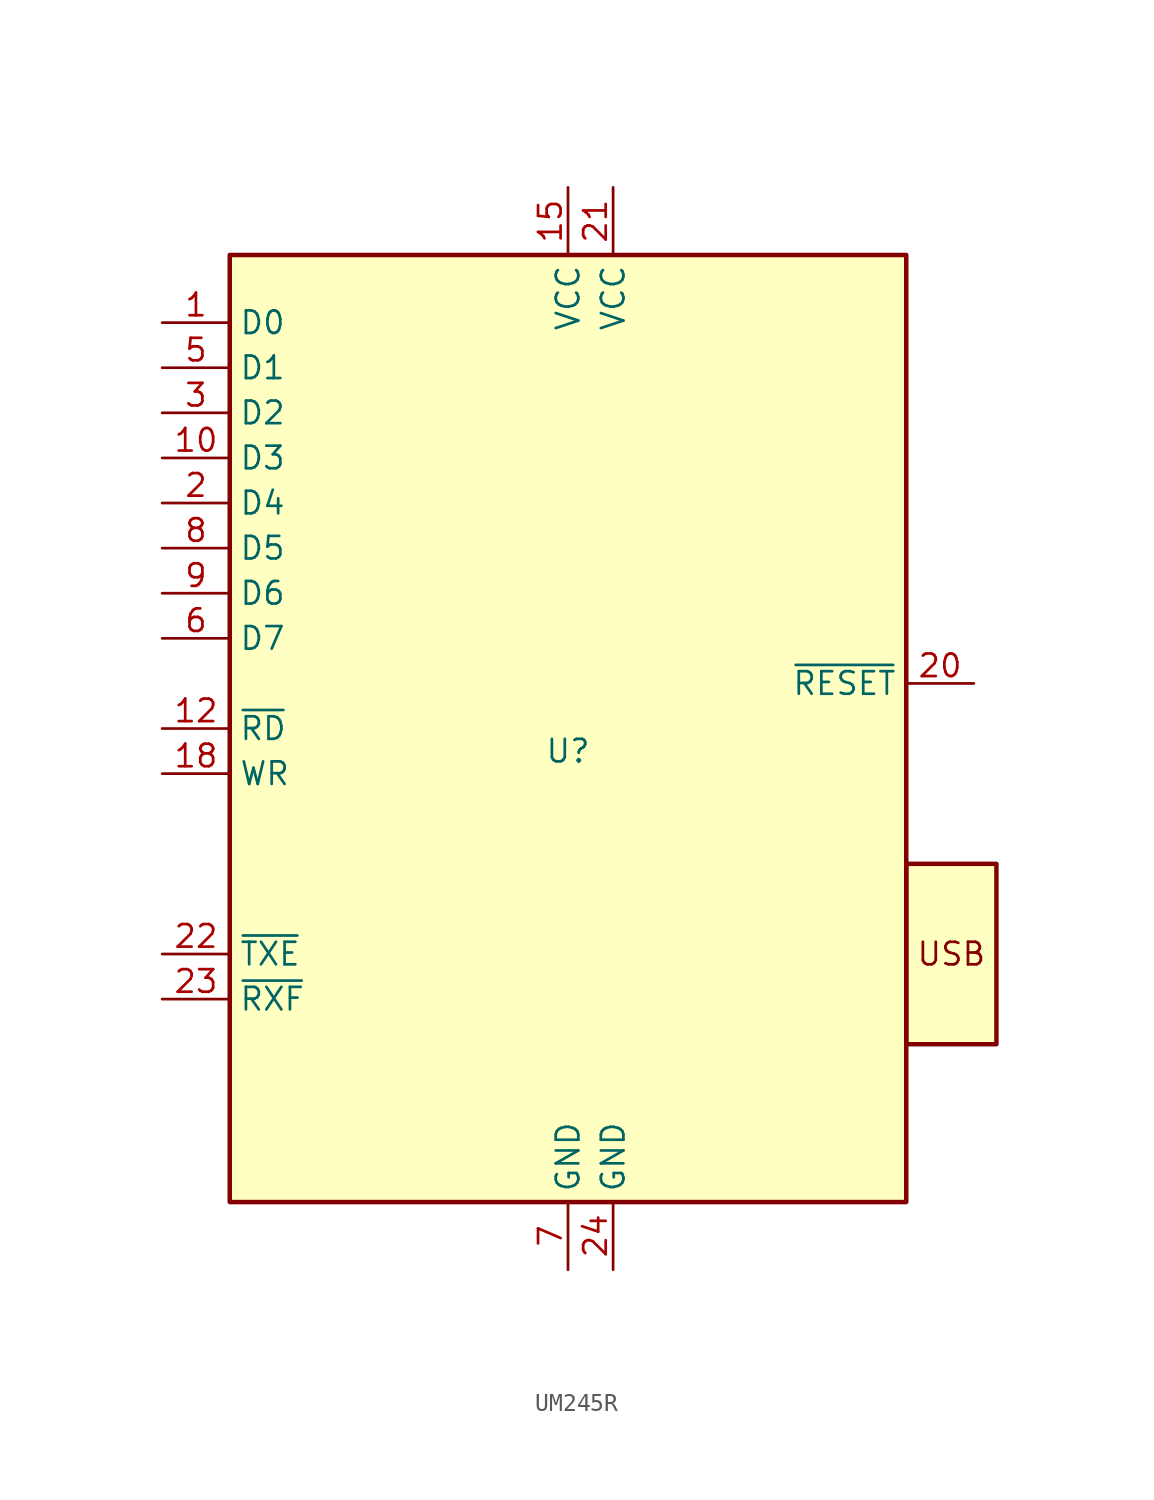
<source format=kicad_sym>
(kicad_symbol_lib
  (version 20220914)
  (generator kicad_symbol_editor)
  (symbol "UM245R"
    (property "Reference" "U"
      (at 0 0 0)
      (effects (font (size 1.27 1.27))))
    (property "Value" ""
      (at 0 0 0)
      (effects (font (size 1.27 1.27))))
    (symbol "UM245R_0_1"
      (rectangle (start -19.05 27.94) (end 19.05 -25.4) (stroke (width 0.254) (type default)) (fill (type background))))
    (symbol "UM245R_1_1"
      (rectangle (start 19.05 -6.35) (end 24.13 -16.51) (stroke (width 0.25) (type default)) (fill (type background)))
      (text "USB" (at 21.59 -11.43 0) (effects (font (size 1.27 1.27))))
      (pin bidirectional line (at -22.86 24.13 0) (length 3.81) (name "D0" (effects (font (size 1.27 1.27)))) (number "1" (effects (font (size 1.27 1.27)))))
      (pin bidirectional line (at -22.86 16.51 0) (length 3.81) (name "D3" (effects (font (size 1.27 1.27)))) (number "10" (effects (font (size 1.27 1.27)))))
      (pin input line (at -22.86 1.27 0) (length 3.81) (name "~{RD}" (effects (font (size 1.27 1.27)))) (number "12" (effects (font (size 1.27 1.27)))))
      (pin power_in line (at 0 31.75 270) (length 3.81) (name "VCC" (effects (font (size 1.27 1.27)))) (number "15" (effects (font (size 1.27 1.27)))))
      (pin input line (at -22.86 -1.27 0) (length 3.81) (name "WR" (effects (font (size 1.27 1.27)))) (number "18" (effects (font (size 1.27 1.27)))))
      (pin bidirectional line (at -22.86 13.97 0) (length 3.81) (name "D4" (effects (font (size 1.27 1.27)))) (number "2" (effects (font (size 1.27 1.27)))))
      (pin input line (at 22.86 3.81 180) (length 3.81) (name "~{RESET}" (effects (font (size 1.27 1.27)))) (number "20" (effects (font (size 1.27 1.27)))))
      (pin power_in line (at 2.54 31.75 270) (length 3.81) (name "VCC" (effects (font (size 1.27 1.27)))) (number "21" (effects (font (size 1.27 1.27)))))
      (pin output line (at -22.86 -11.43 0) (length 3.81) (name "~{TXE}" (effects (font (size 1.27 1.27)))) (number "22" (effects (font (size 1.27 1.27)))))
      (pin output line (at -22.86 -13.97 0) (length 3.81) (name "~{RXF}" (effects (font (size 1.27 1.27)))) (number "23" (effects (font (size 1.27 1.27)))))
      (pin power_in line (at 2.54 -29.21 90) (length 3.81) (name "GND" (effects (font (size 1.27 1.27)))) (number "24" (effects (font (size 1.27 1.27)))))
      (pin bidirectional line (at -22.86 19.05 0) (length 3.81) (name "D2" (effects (font (size 1.27 1.27)))) (number "3" (effects (font (size 1.27 1.27)))))
      (pin bidirectional line (at -22.86 21.59 0) (length 3.81) (name "D1" (effects (font (size 1.27 1.27)))) (number "5" (effects (font (size 1.27 1.27)))))
      (pin bidirectional line (at -22.86 6.35 0) (length 3.81) (name "D7" (effects (font (size 1.27 1.27)))) (number "6" (effects (font (size 1.27 1.27)))))
      (pin power_in line (at 0 -29.21 90) (length 3.81) (name "GND" (effects (font (size 1.27 1.27)))) (number "7" (effects (font (size 1.27 1.27)))))
      (pin bidirectional line (at -22.86 11.43 0) (length 3.81) (name "D5" (effects (font (size 1.27 1.27)))) (number "8" (effects (font (size 1.27 1.27)))))
      (pin bidirectional line (at -22.86 8.89 0) (length 3.81) (name "D6" (effects (font (size 1.27 1.27)))) (number "9" (effects (font (size 1.27 1.27))))))))
</source>
